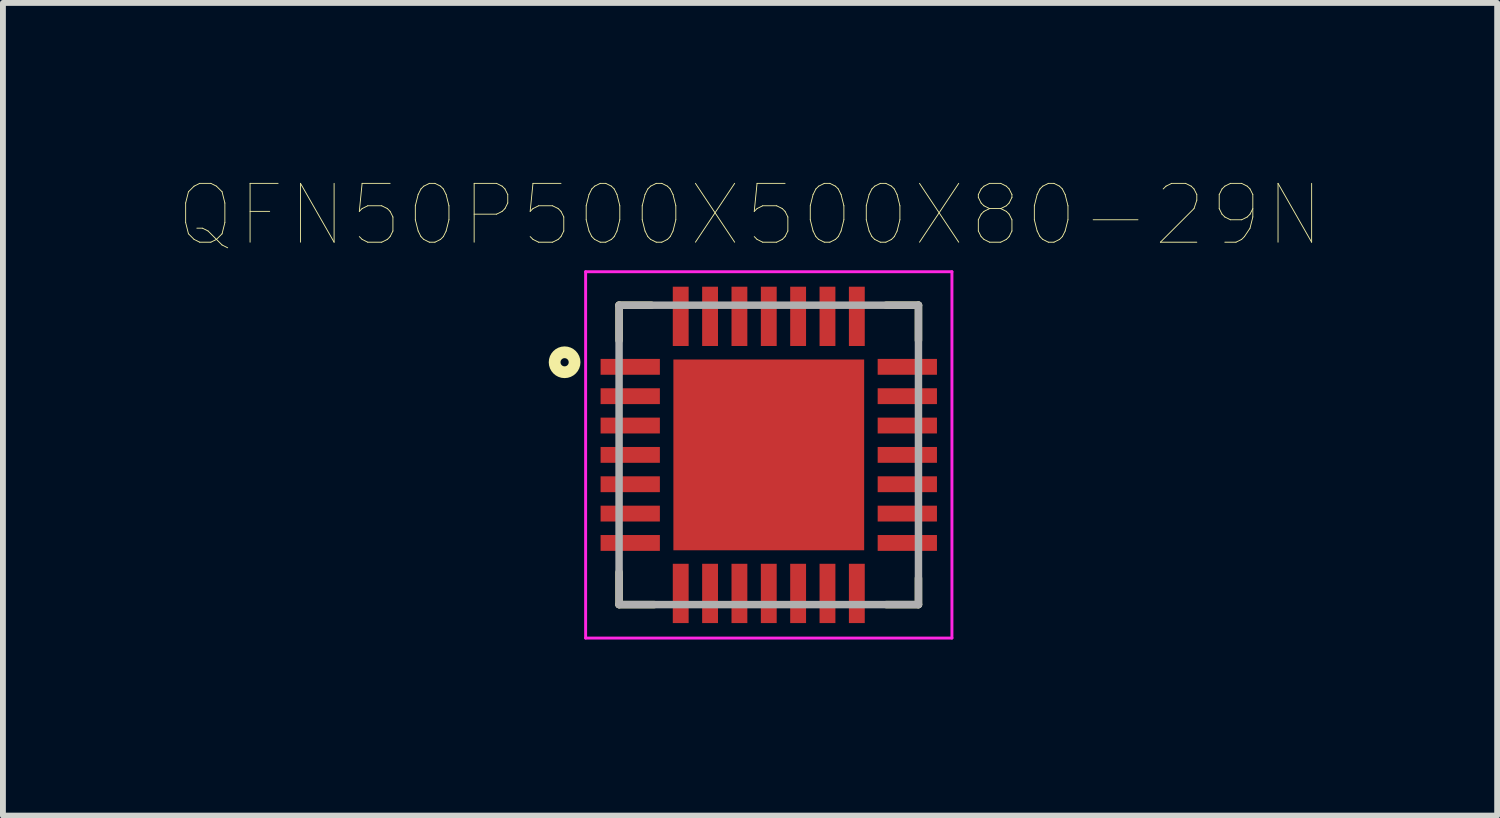
<source format=kicad_pcb>
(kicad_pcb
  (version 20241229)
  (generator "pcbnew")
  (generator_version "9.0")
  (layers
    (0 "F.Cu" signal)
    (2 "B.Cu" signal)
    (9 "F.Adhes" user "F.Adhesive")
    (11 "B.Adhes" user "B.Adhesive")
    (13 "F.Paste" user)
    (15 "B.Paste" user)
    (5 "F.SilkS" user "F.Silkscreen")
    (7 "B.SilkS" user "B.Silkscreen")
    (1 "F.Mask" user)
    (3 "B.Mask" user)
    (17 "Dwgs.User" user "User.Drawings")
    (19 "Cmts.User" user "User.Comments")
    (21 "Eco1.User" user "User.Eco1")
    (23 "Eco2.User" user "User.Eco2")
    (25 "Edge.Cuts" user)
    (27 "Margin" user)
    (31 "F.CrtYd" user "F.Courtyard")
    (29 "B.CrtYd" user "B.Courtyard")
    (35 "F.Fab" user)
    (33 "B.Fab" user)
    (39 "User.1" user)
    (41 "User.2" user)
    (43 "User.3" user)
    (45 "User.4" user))
  (footprint "QFN50P500X500X80-29N"
    (layer "F.Cu")
    (at 10.046 4.699)
    (property "Reference" "QFN50P500X500X80-29N" (at -0.319 -4.086 0) (layer "F.SilkS") (effects (font (size 1.002 1.002) (thickness 0.015))))
    (attr through_hole)
    (fp_line (start -2.55 -2.55) (end -2.55 -1.95) (stroke (width 0.127) (type solid)) (layer "F.SilkS"))
    (fp_line (start -2.55 2) (end -2.55 2.55) (stroke (width 0.127) (type solid)) (layer "F.SilkS"))
    (fp_line (start -2.55 2.55) (end -1.95 2.55) (stroke (width 0.127) (type solid)) (layer "F.SilkS"))
    (fp_line (start -2 -2.55) (end -2.55 -2.55) (stroke (width 0.127) (type solid)) (layer "F.SilkS"))
    (fp_line (start 2 -2.55) (end 2.55 -2.55) (stroke (width 0.127) (type solid)) (layer "F.SilkS"))
    (fp_line (start 2.55 -2.55) (end 2.55 -1.95) (stroke (width 0.127) (type solid)) (layer "F.SilkS"))
    (fp_line (start 2.55 2.1) (end 2.55 2.55) (stroke (width 0.127) (type solid)) (layer "F.SilkS"))
    (fp_line (start 2.55 2.55) (end 2 2.55) (stroke (width 0.127) (type solid)) (layer "F.SilkS"))
    (fp_circle (center -3.478 -1.578) (end -3.408 -1.578) (stroke (width 0.2) (type solid)) (fill no) (layer "F.SilkS"))
    (fp_poly (pts (xy -1.332 -1.33) (xy -0.18 -1.33) (xy -0.18 -0.18) (xy -1.332 -0.18)) (stroke (width 0.01) (type solid)) (fill yes) (layer "F.Paste"))
    (fp_poly (pts (xy -1.331 0.18) (xy -0.18 0.18) (xy -0.18 1.331) (xy -1.331 1.331)) (stroke (width 0.01) (type solid)) (fill yes) (layer "F.Paste"))
    (fp_poly (pts (xy 0.18 -1.33) (xy 1.33 -1.33) (xy 1.33 -0.18) (xy 0.18 -0.18)) (stroke (width 0.01) (type solid)) (fill yes) (layer "F.Paste"))
    (fp_poly (pts (xy 0.18 0.18) (xy 1.33 0.18) (xy 1.33 1.332) (xy 0.18 1.332)) (stroke (width 0.01) (type solid)) (fill yes) (layer "F.Paste"))
    (fp_line (start -3.12 -3.12) (end 3.12 -3.12) (stroke (width 0.05) (type solid)) (layer "F.CrtYd"))
    (fp_line (start -3.12 3.12) (end -3.12 -3.12) (stroke (width 0.05) (type solid)) (layer "F.CrtYd"))
    (fp_line (start 3.12 -3.12) (end 3.12 3.12) (stroke (width 0.05) (type solid)) (layer "F.CrtYd"))
    (fp_line (start 3.12 3.12) (end -3.12 3.12) (stroke (width 0.05) (type solid)) (layer "F.CrtYd"))
    (fp_line (start -2.55 -2.55) (end 2.55 -2.55) (stroke (width 0.127) (type solid)) (layer "F.Fab"))
    (fp_line (start -2.55 2.55) (end -2.55 -2.55) (stroke (width 0.127) (type solid)) (layer "F.Fab"))
    (fp_line (start 2.55 -2.55) (end 2.55 2.55) (stroke (width 0.127) (type solid)) (layer "F.Fab"))
    (fp_line (start 2.55 2.55) (end -2.55 2.55) (stroke (width 0.127) (type solid)) (layer "F.Fab"))
    (pad "1" smd rect (at -2.36 -1.5) (size 1.01 0.27) (layers "F.Cu" "F.Mask" "F.Paste"))
    (pad "2" smd rect (at -2.36 -1) (size 1.01 0.27) (layers "F.Cu" "F.Mask" "F.Paste"))
    (pad "3" smd rect (at -2.36 -0.5) (size 1.01 0.27) (layers "F.Cu" "F.Mask" "F.Paste"))
    (pad "4" smd rect (at -2.36 0) (size 1.01 0.27) (layers "F.Cu" "F.Mask" "F.Paste"))
    (pad "5" smd rect (at -2.36 0.5) (size 1.01 0.27) (layers "F.Cu" "F.Mask" "F.Paste"))
    (pad "6" smd rect (at -2.36 1) (size 1.01 0.27) (layers "F.Cu" "F.Mask" "F.Paste"))
    (pad "7" smd rect (at -2.36 1.5) (size 1.01 0.27) (layers "F.Cu" "F.Mask" "F.Paste"))
    (pad "8" smd rect (at -1.5 2.36) (size 0.27 1.01) (layers "F.Cu" "F.Mask" "F.Paste"))
    (pad "9" smd rect (at -1 2.36) (size 0.27 1.01) (layers "F.Cu" "F.Mask" "F.Paste"))
    (pad "10" smd rect (at -0.5 2.36) (size 0.27 1.01) (layers "F.Cu" "F.Mask" "F.Paste"))
    (pad "11" smd rect (at 0 2.36) (size 0.27 1.01) (layers "F.Cu" "F.Mask" "F.Paste"))
    (pad "12" smd rect (at 0.5 2.36) (size 0.27 1.01) (layers "F.Cu" "F.Mask" "F.Paste"))
    (pad "13" smd rect (at 1 2.36) (size 0.27 1.01) (layers "F.Cu" "F.Mask" "F.Paste"))
    (pad "14" smd rect (at 1.5 2.36) (size 0.27 1.01) (layers "F.Cu" "F.Mask" "F.Paste"))
    (pad "15" smd rect (at 2.36 1.5) (size 1.01 0.27) (layers "F.Cu" "F.Mask" "F.Paste"))
    (pad "16" smd rect (at 2.36 1) (size 1.01 0.27) (layers "F.Cu" "F.Mask" "F.Paste"))
    (pad "17" smd rect (at 2.36 0.5) (size 1.01 0.27) (layers "F.Cu" "F.Mask" "F.Paste"))
    (pad "18" smd rect (at 2.36 0) (size 1.01 0.27) (layers "F.Cu" "F.Mask" "F.Paste"))
    (pad "19" smd rect (at 2.36 -0.5) (size 1.01 0.27) (layers "F.Cu" "F.Mask" "F.Paste"))
    (pad "20" smd rect (at 2.36 -1) (size 1.01 0.27) (layers "F.Cu" "F.Mask" "F.Paste"))
    (pad "21" smd rect (at 2.36 -1.5) (size 1.01 0.27) (layers "F.Cu" "F.Mask" "F.Paste"))
    (pad "22" smd rect (at 1.5 -2.36) (size 0.27 1.01) (layers "F.Cu" "F.Mask" "F.Paste"))
    (pad "23" smd rect (at 1 -2.36) (size 0.27 1.01) (layers "F.Cu" "F.Mask" "F.Paste"))
    (pad "24" smd rect (at 0.5 -2.36) (size 0.27 1.01) (layers "F.Cu" "F.Mask" "F.Paste"))
    (pad "25" smd rect (at 0 -2.36) (size 0.27 1.01) (layers "F.Cu" "F.Mask" "F.Paste"))
    (pad "26" smd rect (at -0.5 -2.36) (size 0.27 1.01) (layers "F.Cu" "F.Mask" "F.Paste"))
    (pad "27" smd rect (at -1 -2.36) (size 0.27 1.01) (layers "F.Cu" "F.Mask" "F.Paste"))
    (pad "28" smd rect (at -1.5 -2.36) (size 0.27 1.01) (layers "F.Cu" "F.Mask" "F.Paste"))
    (pad "29" smd rect (at 0 0) (size 3.25 3.25) (layers "F.Cu" "F.Mask")))
  (gr_rect
    (start -3 -3)
    (end 22.454 10.844)
    (stroke (width 0.1) (type default))
    (fill no)
    (layer "Edge.Cuts")))
</source>
